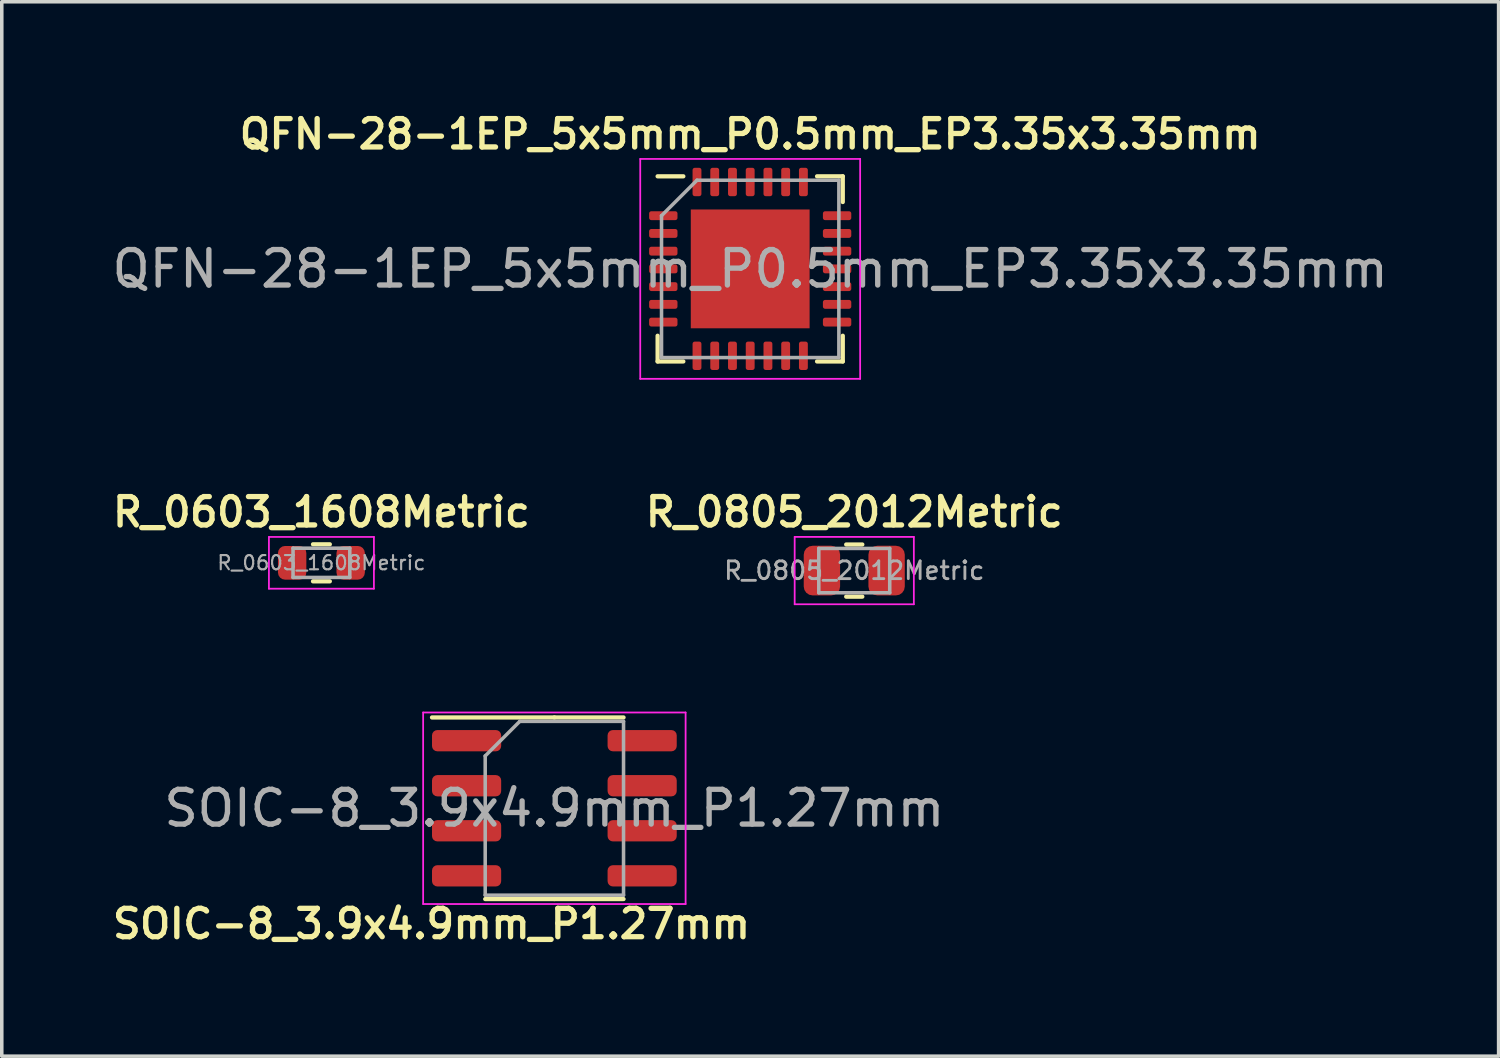
<source format=kicad_pcb>
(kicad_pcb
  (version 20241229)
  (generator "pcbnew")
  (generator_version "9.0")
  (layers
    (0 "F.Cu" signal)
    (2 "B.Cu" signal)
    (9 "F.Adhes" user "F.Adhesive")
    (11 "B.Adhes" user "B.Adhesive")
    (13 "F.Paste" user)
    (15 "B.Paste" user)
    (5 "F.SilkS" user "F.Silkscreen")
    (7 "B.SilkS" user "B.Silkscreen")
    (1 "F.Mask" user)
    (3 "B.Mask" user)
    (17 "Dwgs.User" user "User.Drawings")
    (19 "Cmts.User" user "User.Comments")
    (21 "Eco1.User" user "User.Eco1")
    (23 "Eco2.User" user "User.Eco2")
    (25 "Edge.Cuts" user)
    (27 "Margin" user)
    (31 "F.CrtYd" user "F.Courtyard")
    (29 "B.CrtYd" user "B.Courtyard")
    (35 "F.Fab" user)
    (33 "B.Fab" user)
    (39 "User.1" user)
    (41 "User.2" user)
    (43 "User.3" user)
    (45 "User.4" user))
  (footprint "R_0805_2012Metric"
    (layer "F.Cu")
    (at 21.035 13.037)
    (property "Reference" "R_0805_2012Metric" (at 0 -1.65 0) (layer "F.SilkS") (effects (font (size 0.8 0.8) (thickness 0.15))))
    (attr smd)
    (fp_line (start -0.227 -0.735) (end 0.227 -0.735) (stroke (width 0.12) (type solid)) (layer "F.SilkS"))
    (fp_line (start -0.227 0.735) (end 0.227 0.735) (stroke (width 0.12) (type solid)) (layer "F.SilkS"))
    (fp_line (start -1.68 -0.95) (end 1.68 -0.95) (stroke (width 0.05) (type solid)) (layer "F.CrtYd"))
    (fp_line (start -1.68 0.95) (end -1.68 -0.95) (stroke (width 0.05) (type solid)) (layer "F.CrtYd"))
    (fp_line (start 1.68 -0.95) (end 1.68 0.95) (stroke (width 0.05) (type solid)) (layer "F.CrtYd"))
    (fp_line (start 1.68 0.95) (end -1.68 0.95) (stroke (width 0.05) (type solid)) (layer "F.CrtYd"))
    (fp_line (start -1 -0.625) (end 1 -0.625) (stroke (width 0.1) (type solid)) (layer "F.Fab"))
    (fp_line (start -1 0.625) (end -1 -0.625) (stroke (width 0.1) (type solid)) (layer "F.Fab"))
    (fp_line (start 1 -0.625) (end 1 0.625) (stroke (width 0.1) (type solid)) (layer "F.Fab"))
    (fp_line (start 1 0.625) (end -1 0.625) (stroke (width 0.1) (type solid)) (layer "F.Fab"))
    (fp_text user "${REFERENCE}" (at 0 0 0) (layer "F.Fab") (effects (font (size 0.5 0.5) (thickness 0.08))))
    (pad "1" smd roundrect (at -0.912 0) (size 1.025 1.4) (layers "F.Cu" "F.Mask" "F.Paste") (roundrect_rratio 0.244))
    (pad "2" smd roundrect (at 0.912 0) (size 1.025 1.4) (layers "F.Cu" "F.Mask" "F.Paste") (roundrect_rratio 0.244)))
  (footprint "SOIC-8_3.9x4.9mm_P1.27mm"
    (layer "F.Cu")
    (at 12.58 19.738)
    (property "Reference" "SOIC-8_3.9x4.9mm_P1.27mm" (at -3.464 3.259 180) (layer "F.SilkS") (effects (font (size 0.8 0.8) (thickness 0.15))))
    (attr smd)
    (fp_line (start 0 -2.56) (end -3.45 -2.56) (stroke (width 0.12) (type solid)) (layer "F.SilkS"))
    (fp_line (start 0 -2.56) (end 1.95 -2.56) (stroke (width 0.12) (type solid)) (layer "F.SilkS"))
    (fp_line (start 0 2.56) (end -1.95 2.56) (stroke (width 0.12) (type solid)) (layer "F.SilkS"))
    (fp_line (start 0 2.56) (end 1.95 2.56) (stroke (width 0.12) (type solid)) (layer "F.SilkS"))
    (fp_line (start -3.7 -2.7) (end -3.7 2.7) (stroke (width 0.05) (type solid)) (layer "F.CrtYd"))
    (fp_line (start -3.7 2.7) (end 3.7 2.7) (stroke (width 0.05) (type solid)) (layer "F.CrtYd"))
    (fp_line (start 3.7 -2.7) (end -3.7 -2.7) (stroke (width 0.05) (type solid)) (layer "F.CrtYd"))
    (fp_line (start 3.7 2.7) (end 3.7 -2.7) (stroke (width 0.05) (type solid)) (layer "F.CrtYd"))
    (fp_line (start -1.95 -1.475) (end -0.975 -2.45) (stroke (width 0.1) (type solid)) (layer "F.Fab"))
    (fp_line (start -1.95 2.45) (end -1.95 -1.475) (stroke (width 0.1) (type solid)) (layer "F.Fab"))
    (fp_line (start -0.975 -2.45) (end 1.95 -2.45) (stroke (width 0.1) (type solid)) (layer "F.Fab"))
    (fp_line (start 1.95 -2.45) (end 1.95 2.45) (stroke (width 0.1) (type solid)) (layer "F.Fab"))
    (fp_line (start 1.95 2.45) (end -1.95 2.45) (stroke (width 0.1) (type solid)) (layer "F.Fab"))
    (fp_text user "${REFERENCE}" (at 0 0 180) (layer "F.Fab") (effects (font (size 0.98 0.98) (thickness 0.15))))
    (pad "1" smd roundrect (at -2.475 -1.905) (size 1.95 0.6) (layers "F.Cu" "F.Mask" "F.Paste") (roundrect_rratio 0.25))
    (pad "2" smd roundrect (at -2.475 -0.635) (size 1.95 0.6) (layers "F.Cu" "F.Mask" "F.Paste") (roundrect_rratio 0.25))
    (pad "3" smd roundrect (at -2.475 0.635) (size 1.95 0.6) (layers "F.Cu" "F.Mask" "F.Paste") (roundrect_rratio 0.25))
    (pad "4" smd roundrect (at -2.475 1.905) (size 1.95 0.6) (layers "F.Cu" "F.Mask" "F.Paste") (roundrect_rratio 0.25))
    (pad "5" smd roundrect (at 2.475 1.905) (size 1.95 0.6) (layers "F.Cu" "F.Mask" "F.Paste") (roundrect_rratio 0.25))
    (pad "6" smd roundrect (at 2.475 0.635) (size 1.95 0.6) (layers "F.Cu" "F.Mask" "F.Paste") (roundrect_rratio 0.25))
    (pad "7" smd roundrect (at 2.475 -0.635) (size 1.95 0.6) (layers "F.Cu" "F.Mask" "F.Paste") (roundrect_rratio 0.25))
    (pad "8" smd roundrect (at 2.475 -1.905) (size 1.95 0.6) (layers "F.Cu" "F.Mask" "F.Paste") (roundrect_rratio 0.25)))
  (footprint "R_0603_1608Metric"
    (layer "F.Cu")
    (at 6.012 12.818)
    (property "Reference" "R_0603_1608Metric" (at 0 -1.43 0) (layer "F.SilkS") (effects (font (size 0.8 0.8) (thickness 0.15))))
    (attr smd)
    (fp_line (start -0.237 -0.522) (end 0.237 -0.522) (stroke (width 0.12) (type solid)) (layer "F.SilkS"))
    (fp_line (start -0.237 0.522) (end 0.237 0.522) (stroke (width 0.12) (type solid)) (layer "F.SilkS"))
    (fp_line (start -1.48 -0.73) (end 1.48 -0.73) (stroke (width 0.05) (type solid)) (layer "F.CrtYd"))
    (fp_line (start -1.48 0.73) (end -1.48 -0.73) (stroke (width 0.05) (type solid)) (layer "F.CrtYd"))
    (fp_line (start 1.48 -0.73) (end 1.48 0.73) (stroke (width 0.05) (type solid)) (layer "F.CrtYd"))
    (fp_line (start 1.48 0.73) (end -1.48 0.73) (stroke (width 0.05) (type solid)) (layer "F.CrtYd"))
    (fp_line (start -0.8 -0.412) (end 0.8 -0.412) (stroke (width 0.1) (type solid)) (layer "F.Fab"))
    (fp_line (start -0.8 0.412) (end -0.8 -0.412) (stroke (width 0.1) (type solid)) (layer "F.Fab"))
    (fp_line (start 0.8 -0.412) (end 0.8 0.412) (stroke (width 0.1) (type solid)) (layer "F.Fab"))
    (fp_line (start 0.8 0.412) (end -0.8 0.412) (stroke (width 0.1) (type solid)) (layer "F.Fab"))
    (fp_text user "${REFERENCE}" (at 0 0 0) (layer "F.Fab") (effects (font (size 0.4 0.4) (thickness 0.06))))
    (pad "1" smd roundrect (at -0.825 0) (size 0.8 0.95) (layers "F.Cu" "F.Mask" "F.Paste") (roundrect_rratio 0.25))
    (pad "2" smd roundrect (at 0.825 0) (size 0.8 0.95) (layers "F.Cu" "F.Mask" "F.Paste") (roundrect_rratio 0.25)))
  (footprint "QFN-28-1EP_5x5mm_P0.5mm_EP3.35x3.35mm"
    (layer "F.Cu")
    (at 18.101 4.531)
    (property "Reference" "QFN-28-1EP_5x5mm_P0.5mm_EP3.35x3.35mm" (at 0 -3.8 0) (layer "F.SilkS") (effects (font (size 0.8 0.8) (thickness 0.15))))
    (attr smd)
    (fp_line (start -2.61 2.61) (end -2.61 1.885) (stroke (width 0.12) (type solid)) (layer "F.SilkS"))
    (fp_line (start -1.885 -2.61) (end -2.61 -2.61) (stroke (width 0.12) (type solid)) (layer "F.SilkS"))
    (fp_line (start -1.885 2.61) (end -2.61 2.61) (stroke (width 0.12) (type solid)) (layer "F.SilkS"))
    (fp_line (start 1.885 -2.61) (end 2.61 -2.61) (stroke (width 0.12) (type solid)) (layer "F.SilkS"))
    (fp_line (start 1.885 2.61) (end 2.61 2.61) (stroke (width 0.12) (type solid)) (layer "F.SilkS"))
    (fp_line (start 2.61 -2.61) (end 2.61 -1.885) (stroke (width 0.12) (type solid)) (layer "F.SilkS"))
    (fp_line (start 2.61 2.61) (end 2.61 1.885) (stroke (width 0.12) (type solid)) (layer "F.SilkS"))
    (fp_line (start -3.1 -3.1) (end -3.1 3.1) (stroke (width 0.05) (type solid)) (layer "F.CrtYd"))
    (fp_line (start -3.1 3.1) (end 3.1 3.1) (stroke (width 0.05) (type solid)) (layer "F.CrtYd"))
    (fp_line (start 3.1 -3.1) (end -3.1 -3.1) (stroke (width 0.05) (type solid)) (layer "F.CrtYd"))
    (fp_line (start 3.1 3.1) (end 3.1 -3.1) (stroke (width 0.05) (type solid)) (layer "F.CrtYd"))
    (fp_line (start -2.5 -1.5) (end -1.5 -2.5) (stroke (width 0.1) (type solid)) (layer "F.Fab"))
    (fp_line (start -2.5 2.5) (end -2.5 -1.5) (stroke (width 0.1) (type solid)) (layer "F.Fab"))
    (fp_line (start -1.5 -2.5) (end 2.5 -2.5) (stroke (width 0.1) (type solid)) (layer "F.Fab"))
    (fp_line (start 2.5 -2.5) (end 2.5 2.5) (stroke (width 0.1) (type solid)) (layer "F.Fab"))
    (fp_line (start 2.5 2.5) (end -2.5 2.5) (stroke (width 0.1) (type solid)) (layer "F.Fab"))
    (fp_text user "${REFERENCE}" (at 0 0 0) (layer "F.Fab") (effects (font (size 1 1) (thickness 0.15))))
    (pad "" smd roundrect (at -1.12 -1.12) (size 0.9 0.9) (layers "F.Paste") (roundrect_rratio 0.25))
    (pad "" smd roundrect (at -1.12 0) (size 0.9 0.9) (layers "F.Paste") (roundrect_rratio 0.25))
    (pad "" smd roundrect (at -1.12 1.12) (size 0.9 0.9) (layers "F.Paste") (roundrect_rratio 0.25))
    (pad "" smd roundrect (at 0 -1.12) (size 0.9 0.9) (layers "F.Paste") (roundrect_rratio 0.25))
    (pad "" smd roundrect (at 0 0) (size 0.9 0.9) (layers "F.Paste") (roundrect_rratio 0.25))
    (pad "" smd roundrect (at 0 1.12) (size 0.9 0.9) (layers "F.Paste") (roundrect_rratio 0.25))
    (pad "" smd roundrect (at 1.12 -1.12) (size 0.9 0.9) (layers "F.Paste") (roundrect_rratio 0.25))
    (pad "" smd roundrect (at 1.12 0) (size 0.9 0.9) (layers "F.Paste") (roundrect_rratio 0.25))
    (pad "" smd roundrect (at 1.12 1.12) (size 0.9 0.9) (layers "F.Paste") (roundrect_rratio 0.25))
    (pad "1" smd roundrect (at -2.45 -1.5) (size 0.8 0.25) (layers "F.Cu" "F.Mask" "F.Paste") (roundrect_rratio 0.25))
    (pad "2" smd roundrect (at -2.45 -1) (size 0.8 0.25) (layers "F.Cu" "F.Mask" "F.Paste") (roundrect_rratio 0.25))
    (pad "3" smd roundrect (at -2.45 -0.5) (size 0.8 0.25) (layers "F.Cu" "F.Mask" "F.Paste") (roundrect_rratio 0.25))
    (pad "4" smd roundrect (at -2.45 0) (size 0.8 0.25) (layers "F.Cu" "F.Mask" "F.Paste") (roundrect_rratio 0.25))
    (pad "5" smd roundrect (at -2.45 0.5) (size 0.8 0.25) (layers "F.Cu" "F.Mask" "F.Paste") (roundrect_rratio 0.25))
    (pad "6" smd roundrect (at -2.45 1) (size 0.8 0.25) (layers "F.Cu" "F.Mask" "F.Paste") (roundrect_rratio 0.25))
    (pad "7" smd roundrect (at -2.45 1.5) (size 0.8 0.25) (layers "F.Cu" "F.Mask" "F.Paste") (roundrect_rratio 0.25))
    (pad "8" smd roundrect (at -1.5 2.45) (size 0.25 0.8) (layers "F.Cu" "F.Mask" "F.Paste") (roundrect_rratio 0.25))
    (pad "9" smd roundrect (at -1 2.45) (size 0.25 0.8) (layers "F.Cu" "F.Mask" "F.Paste") (roundrect_rratio 0.25))
    (pad "10" smd roundrect (at -0.5 2.45) (size 0.25 0.8) (layers "F.Cu" "F.Mask" "F.Paste") (roundrect_rratio 0.25))
    (pad "11" smd roundrect (at 0 2.45) (size 0.25 0.8) (layers "F.Cu" "F.Mask" "F.Paste") (roundrect_rratio 0.25))
    (pad "12" smd roundrect (at 0.5 2.45) (size 0.25 0.8) (layers "F.Cu" "F.Mask" "F.Paste") (roundrect_rratio 0.25))
    (pad "13" smd roundrect (at 1 2.45) (size 0.25 0.8) (layers "F.Cu" "F.Mask" "F.Paste") (roundrect_rratio 0.25))
    (pad "14" smd roundrect (at 1.5 2.45) (size 0.25 0.8) (layers "F.Cu" "F.Mask" "F.Paste") (roundrect_rratio 0.25))
    (pad "15" smd roundrect (at 2.45 1.5) (size 0.8 0.25) (layers "F.Cu" "F.Mask" "F.Paste") (roundrect_rratio 0.25))
    (pad "16" smd roundrect (at 2.45 1) (size 0.8 0.25) (layers "F.Cu" "F.Mask" "F.Paste") (roundrect_rratio 0.25))
    (pad "17" smd roundrect (at 2.45 0.5) (size 0.8 0.25) (layers "F.Cu" "F.Mask" "F.Paste") (roundrect_rratio 0.25))
    (pad "18" smd roundrect (at 2.45 0) (size 0.8 0.25) (layers "F.Cu" "F.Mask" "F.Paste") (roundrect_rratio 0.25))
    (pad "19" smd roundrect (at 2.45 -0.5) (size 0.8 0.25) (layers "F.Cu" "F.Mask" "F.Paste") (roundrect_rratio 0.25))
    (pad "20" smd roundrect (at 2.45 -1) (size 0.8 0.25) (layers "F.Cu" "F.Mask" "F.Paste") (roundrect_rratio 0.25))
    (pad "21" smd roundrect (at 2.45 -1.5) (size 0.8 0.25) (layers "F.Cu" "F.Mask" "F.Paste") (roundrect_rratio 0.25))
    (pad "22" smd roundrect (at 1.5 -2.45) (size 0.25 0.8) (layers "F.Cu" "F.Mask" "F.Paste") (roundrect_rratio 0.25))
    (pad "23" smd roundrect (at 1 -2.45) (size 0.25 0.8) (layers "F.Cu" "F.Mask" "F.Paste") (roundrect_rratio 0.25))
    (pad "24" smd roundrect (at 0.5 -2.45) (size 0.25 0.8) (layers "F.Cu" "F.Mask" "F.Paste") (roundrect_rratio 0.25))
    (pad "25" smd roundrect (at 0 -2.45) (size 0.25 0.8) (layers "F.Cu" "F.Mask" "F.Paste") (roundrect_rratio 0.25))
    (pad "26" smd roundrect (at -0.5 -2.45) (size 0.25 0.8) (layers "F.Cu" "F.Mask" "F.Paste") (roundrect_rratio 0.25))
    (pad "27" smd roundrect (at -1 -2.45) (size 0.25 0.8) (layers "F.Cu" "F.Mask" "F.Paste") (roundrect_rratio 0.25))
    (pad "28" smd roundrect (at -1.5 -2.45) (size 0.25 0.8) (layers "F.Cu" "F.Mask" "F.Paste") (roundrect_rratio 0.25))
    (pad "29" smd rect (at 0 0) (size 3.35 3.35) (layers "F.Cu" "F.Mask")))
  (gr_rect
    (start -3 -3)
    (end 39.202 26.728)
    (stroke (width 0.1) (type default))
    (fill no)
    (layer "Edge.Cuts")))
</source>
